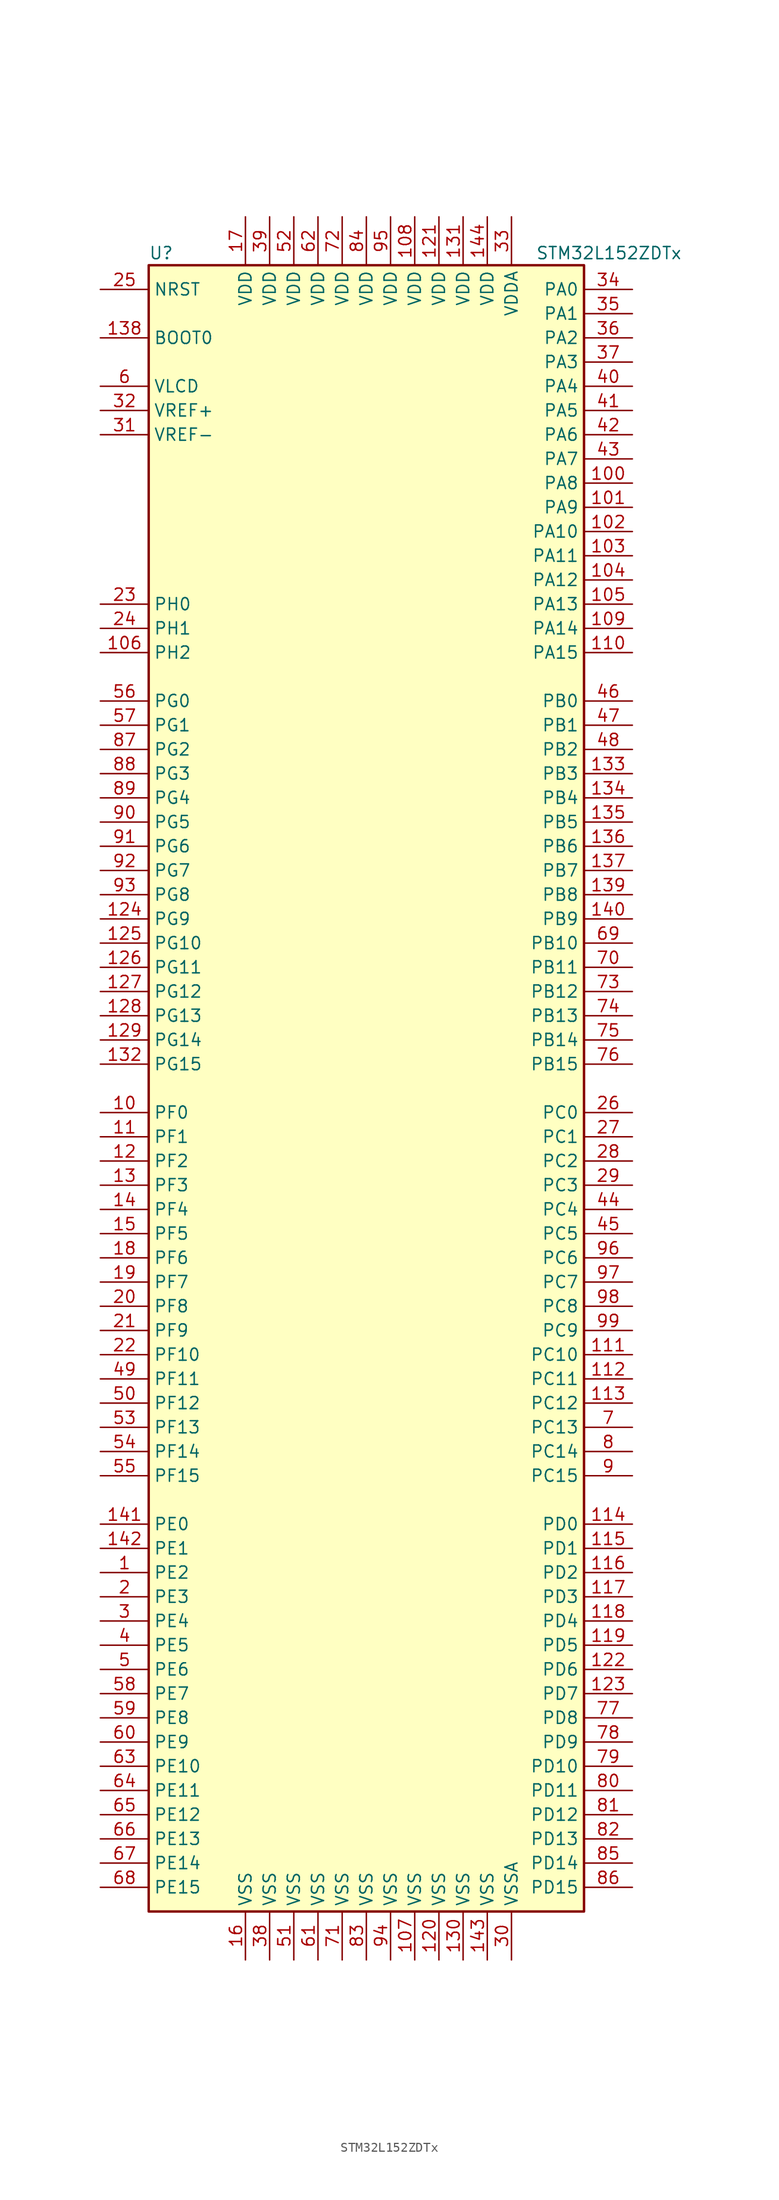
<source format=kicad_sym>
(kicad_symbol_lib
  (version 20201005)
  (generator kicad_symbol_editor)
  (symbol "MCU_ST_STM32L1:STM32L152ZDTx"
    (property "Reference" "U"
      (at -22.86 87.63 0)
      (effects (font (size 1.27 1.27)) (justify left)))
    (property "Value" "STM32L152ZDTx"
      (at 17.78 87.63 0)
      (effects (font (size 1.27 1.27)) (justify left)))
    (symbol "STM32L152ZDTx_0_1"
      (rectangle (start -22.86 -86.36) (end 22.86 86.36) (stroke (width 0.254)) (fill (type background))))
    (symbol "STM32L152ZDTx_1_1"
      (pin input line (at -27.94 78.74 0) (length 5.08) (name "BOOT0" (effects (font (size 1.27 1.27)))) (number "138" (effects (font (size 1.27 1.27)))))
      (pin input line (at -27.94 83.82 0) (length 5.08) (name "NRST" (effects (font (size 1.27 1.27)))) (number "25" (effects (font (size 1.27 1.27)))))
      (pin bidirectional line (at 27.94 83.82 180) (length 5.08) (name "PA0" (effects (font (size 1.27 1.27)))) (number "34" (effects (font (size 1.27 1.27)))))
      (pin bidirectional line (at 27.94 81.28 180) (length 5.08) (name "PA1" (effects (font (size 1.27 1.27)))) (number "35" (effects (font (size 1.27 1.27)))))
      (pin bidirectional line (at 27.94 58.42 180) (length 5.08) (name "PA10" (effects (font (size 1.27 1.27)))) (number "102" (effects (font (size 1.27 1.27)))))
      (pin bidirectional line (at 27.94 55.88 180) (length 5.08) (name "PA11" (effects (font (size 1.27 1.27)))) (number "103" (effects (font (size 1.27 1.27)))))
      (pin bidirectional line (at 27.94 53.34 180) (length 5.08) (name "PA12" (effects (font (size 1.27 1.27)))) (number "104" (effects (font (size 1.27 1.27)))))
      (pin bidirectional line (at 27.94 50.8 180) (length 5.08) (name "PA13" (effects (font (size 1.27 1.27)))) (number "105" (effects (font (size 1.27 1.27)))))
      (pin bidirectional line (at 27.94 48.26 180) (length 5.08) (name "PA14" (effects (font (size 1.27 1.27)))) (number "109" (effects (font (size 1.27 1.27)))))
      (pin bidirectional line (at 27.94 45.72 180) (length 5.08) (name "PA15" (effects (font (size 1.27 1.27)))) (number "110" (effects (font (size 1.27 1.27)))))
      (pin bidirectional line (at 27.94 78.74 180) (length 5.08) (name "PA2" (effects (font (size 1.27 1.27)))) (number "36" (effects (font (size 1.27 1.27)))))
      (pin bidirectional line (at 27.94 76.2 180) (length 5.08) (name "PA3" (effects (font (size 1.27 1.27)))) (number "37" (effects (font (size 1.27 1.27)))))
      (pin bidirectional line (at 27.94 73.66 180) (length 5.08) (name "PA4" (effects (font (size 1.27 1.27)))) (number "40" (effects (font (size 1.27 1.27)))))
      (pin bidirectional line (at 27.94 71.12 180) (length 5.08) (name "PA5" (effects (font (size 1.27 1.27)))) (number "41" (effects (font (size 1.27 1.27)))))
      (pin bidirectional line (at 27.94 68.58 180) (length 5.08) (name "PA6" (effects (font (size 1.27 1.27)))) (number "42" (effects (font (size 1.27 1.27)))))
      (pin bidirectional line (at 27.94 66.04 180) (length 5.08) (name "PA7" (effects (font (size 1.27 1.27)))) (number "43" (effects (font (size 1.27 1.27)))))
      (pin bidirectional line (at 27.94 63.5 180) (length 5.08) (name "PA8" (effects (font (size 1.27 1.27)))) (number "100" (effects (font (size 1.27 1.27)))))
      (pin bidirectional line (at 27.94 60.96 180) (length 5.08) (name "PA9" (effects (font (size 1.27 1.27)))) (number "101" (effects (font (size 1.27 1.27)))))
      (pin bidirectional line (at 27.94 40.64 180) (length 5.08) (name "PB0" (effects (font (size 1.27 1.27)))) (number "46" (effects (font (size 1.27 1.27)))))
      (pin bidirectional line (at 27.94 38.1 180) (length 5.08) (name "PB1" (effects (font (size 1.27 1.27)))) (number "47" (effects (font (size 1.27 1.27)))))
      (pin bidirectional line (at 27.94 15.24 180) (length 5.08) (name "PB10" (effects (font (size 1.27 1.27)))) (number "69" (effects (font (size 1.27 1.27)))))
      (pin bidirectional line (at 27.94 12.7 180) (length 5.08) (name "PB11" (effects (font (size 1.27 1.27)))) (number "70" (effects (font (size 1.27 1.27)))))
      (pin bidirectional line (at 27.94 10.16 180) (length 5.08) (name "PB12" (effects (font (size 1.27 1.27)))) (number "73" (effects (font (size 1.27 1.27)))))
      (pin bidirectional line (at 27.94 7.62 180) (length 5.08) (name "PB13" (effects (font (size 1.27 1.27)))) (number "74" (effects (font (size 1.27 1.27)))))
      (pin bidirectional line (at 27.94 5.08 180) (length 5.08) (name "PB14" (effects (font (size 1.27 1.27)))) (number "75" (effects (font (size 1.27 1.27)))))
      (pin bidirectional line (at 27.94 2.54 180) (length 5.08) (name "PB15" (effects (font (size 1.27 1.27)))) (number "76" (effects (font (size 1.27 1.27)))))
      (pin bidirectional line (at 27.94 35.56 180) (length 5.08) (name "PB2" (effects (font (size 1.27 1.27)))) (number "48" (effects (font (size 1.27 1.27)))))
      (pin bidirectional line (at 27.94 33.02 180) (length 5.08) (name "PB3" (effects (font (size 1.27 1.27)))) (number "133" (effects (font (size 1.27 1.27)))))
      (pin bidirectional line (at 27.94 30.48 180) (length 5.08) (name "PB4" (effects (font (size 1.27 1.27)))) (number "134" (effects (font (size 1.27 1.27)))))
      (pin bidirectional line (at 27.94 27.94 180) (length 5.08) (name "PB5" (effects (font (size 1.27 1.27)))) (number "135" (effects (font (size 1.27 1.27)))))
      (pin bidirectional line (at 27.94 25.4 180) (length 5.08) (name "PB6" (effects (font (size 1.27 1.27)))) (number "136" (effects (font (size 1.27 1.27)))))
      (pin bidirectional line (at 27.94 22.86 180) (length 5.08) (name "PB7" (effects (font (size 1.27 1.27)))) (number "137" (effects (font (size 1.27 1.27)))))
      (pin bidirectional line (at 27.94 20.32 180) (length 5.08) (name "PB8" (effects (font (size 1.27 1.27)))) (number "139" (effects (font (size 1.27 1.27)))))
      (pin bidirectional line (at 27.94 17.78 180) (length 5.08) (name "PB9" (effects (font (size 1.27 1.27)))) (number "140" (effects (font (size 1.27 1.27)))))
      (pin bidirectional line (at 27.94 -2.54 180) (length 5.08) (name "PC0" (effects (font (size 1.27 1.27)))) (number "26" (effects (font (size 1.27 1.27)))))
      (pin bidirectional line (at 27.94 -5.08 180) (length 5.08) (name "PC1" (effects (font (size 1.27 1.27)))) (number "27" (effects (font (size 1.27 1.27)))))
      (pin bidirectional line (at 27.94 -27.94 180) (length 5.08) (name "PC10" (effects (font (size 1.27 1.27)))) (number "111" (effects (font (size 1.27 1.27)))))
      (pin bidirectional line (at 27.94 -30.48 180) (length 5.08) (name "PC11" (effects (font (size 1.27 1.27)))) (number "112" (effects (font (size 1.27 1.27)))))
      (pin bidirectional line (at 27.94 -33.02 180) (length 5.08) (name "PC12" (effects (font (size 1.27 1.27)))) (number "113" (effects (font (size 1.27 1.27)))))
      (pin bidirectional line (at 27.94 -35.56 180) (length 5.08) (name "PC13" (effects (font (size 1.27 1.27)))) (number "7" (effects (font (size 1.27 1.27)))))
      (pin bidirectional line (at 27.94 -38.1 180) (length 5.08) (name "PC14" (effects (font (size 1.27 1.27)))) (number "8" (effects (font (size 1.27 1.27)))))
      (pin bidirectional line (at 27.94 -40.64 180) (length 5.08) (name "PC15" (effects (font (size 1.27 1.27)))) (number "9" (effects (font (size 1.27 1.27)))))
      (pin bidirectional line (at 27.94 -7.62 180) (length 5.08) (name "PC2" (effects (font (size 1.27 1.27)))) (number "28" (effects (font (size 1.27 1.27)))))
      (pin bidirectional line (at 27.94 -10.16 180) (length 5.08) (name "PC3" (effects (font (size 1.27 1.27)))) (number "29" (effects (font (size 1.27 1.27)))))
      (pin bidirectional line (at 27.94 -12.7 180) (length 5.08) (name "PC4" (effects (font (size 1.27 1.27)))) (number "44" (effects (font (size 1.27 1.27)))))
      (pin bidirectional line (at 27.94 -15.24 180) (length 5.08) (name "PC5" (effects (font (size 1.27 1.27)))) (number "45" (effects (font (size 1.27 1.27)))))
      (pin bidirectional line (at 27.94 -17.78 180) (length 5.08) (name "PC6" (effects (font (size 1.27 1.27)))) (number "96" (effects (font (size 1.27 1.27)))))
      (pin bidirectional line (at 27.94 -20.32 180) (length 5.08) (name "PC7" (effects (font (size 1.27 1.27)))) (number "97" (effects (font (size 1.27 1.27)))))
      (pin bidirectional line (at 27.94 -22.86 180) (length 5.08) (name "PC8" (effects (font (size 1.27 1.27)))) (number "98" (effects (font (size 1.27 1.27)))))
      (pin bidirectional line (at 27.94 -25.4 180) (length 5.08) (name "PC9" (effects (font (size 1.27 1.27)))) (number "99" (effects (font (size 1.27 1.27)))))
      (pin bidirectional line (at 27.94 -45.72 180) (length 5.08) (name "PD0" (effects (font (size 1.27 1.27)))) (number "114" (effects (font (size 1.27 1.27)))))
      (pin bidirectional line (at 27.94 -48.26 180) (length 5.08) (name "PD1" (effects (font (size 1.27 1.27)))) (number "115" (effects (font (size 1.27 1.27)))))
      (pin bidirectional line (at 27.94 -71.12 180) (length 5.08) (name "PD10" (effects (font (size 1.27 1.27)))) (number "79" (effects (font (size 1.27 1.27)))))
      (pin bidirectional line (at 27.94 -73.66 180) (length 5.08) (name "PD11" (effects (font (size 1.27 1.27)))) (number "80" (effects (font (size 1.27 1.27)))))
      (pin bidirectional line (at 27.94 -76.2 180) (length 5.08) (name "PD12" (effects (font (size 1.27 1.27)))) (number "81" (effects (font (size 1.27 1.27)))))
      (pin bidirectional line (at 27.94 -78.74 180) (length 5.08) (name "PD13" (effects (font (size 1.27 1.27)))) (number "82" (effects (font (size 1.27 1.27)))))
      (pin bidirectional line (at 27.94 -81.28 180) (length 5.08) (name "PD14" (effects (font (size 1.27 1.27)))) (number "85" (effects (font (size 1.27 1.27)))))
      (pin bidirectional line (at 27.94 -83.82 180) (length 5.08) (name "PD15" (effects (font (size 1.27 1.27)))) (number "86" (effects (font (size 1.27 1.27)))))
      (pin bidirectional line (at 27.94 -50.8 180) (length 5.08) (name "PD2" (effects (font (size 1.27 1.27)))) (number "116" (effects (font (size 1.27 1.27)))))
      (pin bidirectional line (at 27.94 -53.34 180) (length 5.08) (name "PD3" (effects (font (size 1.27 1.27)))) (number "117" (effects (font (size 1.27 1.27)))))
      (pin bidirectional line (at 27.94 -55.88 180) (length 5.08) (name "PD4" (effects (font (size 1.27 1.27)))) (number "118" (effects (font (size 1.27 1.27)))))
      (pin bidirectional line (at 27.94 -58.42 180) (length 5.08) (name "PD5" (effects (font (size 1.27 1.27)))) (number "119" (effects (font (size 1.27 1.27)))))
      (pin bidirectional line (at 27.94 -60.96 180) (length 5.08) (name "PD6" (effects (font (size 1.27 1.27)))) (number "122" (effects (font (size 1.27 1.27)))))
      (pin bidirectional line (at 27.94 -63.5 180) (length 5.08) (name "PD7" (effects (font (size 1.27 1.27)))) (number "123" (effects (font (size 1.27 1.27)))))
      (pin bidirectional line (at 27.94 -66.04 180) (length 5.08) (name "PD8" (effects (font (size 1.27 1.27)))) (number "77" (effects (font (size 1.27 1.27)))))
      (pin bidirectional line (at 27.94 -68.58 180) (length 5.08) (name "PD9" (effects (font (size 1.27 1.27)))) (number "78" (effects (font (size 1.27 1.27)))))
      (pin bidirectional line (at -27.94 -45.72 0) (length 5.08) (name "PE0" (effects (font (size 1.27 1.27)))) (number "141" (effects (font (size 1.27 1.27)))))
      (pin bidirectional line (at -27.94 -48.26 0) (length 5.08) (name "PE1" (effects (font (size 1.27 1.27)))) (number "142" (effects (font (size 1.27 1.27)))))
      (pin bidirectional line (at -27.94 -71.12 0) (length 5.08) (name "PE10" (effects (font (size 1.27 1.27)))) (number "63" (effects (font (size 1.27 1.27)))))
      (pin bidirectional line (at -27.94 -73.66 0) (length 5.08) (name "PE11" (effects (font (size 1.27 1.27)))) (number "64" (effects (font (size 1.27 1.27)))))
      (pin bidirectional line (at -27.94 -76.2 0) (length 5.08) (name "PE12" (effects (font (size 1.27 1.27)))) (number "65" (effects (font (size 1.27 1.27)))))
      (pin bidirectional line (at -27.94 -78.74 0) (length 5.08) (name "PE13" (effects (font (size 1.27 1.27)))) (number "66" (effects (font (size 1.27 1.27)))))
      (pin bidirectional line (at -27.94 -81.28 0) (length 5.08) (name "PE14" (effects (font (size 1.27 1.27)))) (number "67" (effects (font (size 1.27 1.27)))))
      (pin bidirectional line (at -27.94 -83.82 0) (length 5.08) (name "PE15" (effects (font (size 1.27 1.27)))) (number "68" (effects (font (size 1.27 1.27)))))
      (pin bidirectional line (at -27.94 -50.8 0) (length 5.08) (name "PE2" (effects (font (size 1.27 1.27)))) (number "1" (effects (font (size 1.27 1.27)))))
      (pin bidirectional line (at -27.94 -53.34 0) (length 5.08) (name "PE3" (effects (font (size 1.27 1.27)))) (number "2" (effects (font (size 1.27 1.27)))))
      (pin bidirectional line (at -27.94 -55.88 0) (length 5.08) (name "PE4" (effects (font (size 1.27 1.27)))) (number "3" (effects (font (size 1.27 1.27)))))
      (pin bidirectional line (at -27.94 -58.42 0) (length 5.08) (name "PE5" (effects (font (size 1.27 1.27)))) (number "4" (effects (font (size 1.27 1.27)))))
      (pin bidirectional line (at -27.94 -60.96 0) (length 5.08) (name "PE6" (effects (font (size 1.27 1.27)))) (number "5" (effects (font (size 1.27 1.27)))))
      (pin bidirectional line (at -27.94 -63.5 0) (length 5.08) (name "PE7" (effects (font (size 1.27 1.27)))) (number "58" (effects (font (size 1.27 1.27)))))
      (pin bidirectional line (at -27.94 -66.04 0) (length 5.08) (name "PE8" (effects (font (size 1.27 1.27)))) (number "59" (effects (font (size 1.27 1.27)))))
      (pin bidirectional line (at -27.94 -68.58 0) (length 5.08) (name "PE9" (effects (font (size 1.27 1.27)))) (number "60" (effects (font (size 1.27 1.27)))))
      (pin bidirectional line (at -27.94 -2.54 0) (length 5.08) (name "PF0" (effects (font (size 1.27 1.27)))) (number "10" (effects (font (size 1.27 1.27)))))
      (pin bidirectional line (at -27.94 -5.08 0) (length 5.08) (name "PF1" (effects (font (size 1.27 1.27)))) (number "11" (effects (font (size 1.27 1.27)))))
      (pin bidirectional line (at -27.94 -27.94 0) (length 5.08) (name "PF10" (effects (font (size 1.27 1.27)))) (number "22" (effects (font (size 1.27 1.27)))))
      (pin bidirectional line (at -27.94 -30.48 0) (length 5.08) (name "PF11" (effects (font (size 1.27 1.27)))) (number "49" (effects (font (size 1.27 1.27)))))
      (pin bidirectional line (at -27.94 -33.02 0) (length 5.08) (name "PF12" (effects (font (size 1.27 1.27)))) (number "50" (effects (font (size 1.27 1.27)))))
      (pin bidirectional line (at -27.94 -35.56 0) (length 5.08) (name "PF13" (effects (font (size 1.27 1.27)))) (number "53" (effects (font (size 1.27 1.27)))))
      (pin bidirectional line (at -27.94 -38.1 0) (length 5.08) (name "PF14" (effects (font (size 1.27 1.27)))) (number "54" (effects (font (size 1.27 1.27)))))
      (pin bidirectional line (at -27.94 -40.64 0) (length 5.08) (name "PF15" (effects (font (size 1.27 1.27)))) (number "55" (effects (font (size 1.27 1.27)))))
      (pin bidirectional line (at -27.94 -7.62 0) (length 5.08) (name "PF2" (effects (font (size 1.27 1.27)))) (number "12" (effects (font (size 1.27 1.27)))))
      (pin bidirectional line (at -27.94 -10.16 0) (length 5.08) (name "PF3" (effects (font (size 1.27 1.27)))) (number "13" (effects (font (size 1.27 1.27)))))
      (pin bidirectional line (at -27.94 -12.7 0) (length 5.08) (name "PF4" (effects (font (size 1.27 1.27)))) (number "14" (effects (font (size 1.27 1.27)))))
      (pin bidirectional line (at -27.94 -15.24 0) (length 5.08) (name "PF5" (effects (font (size 1.27 1.27)))) (number "15" (effects (font (size 1.27 1.27)))))
      (pin bidirectional line (at -27.94 -17.78 0) (length 5.08) (name "PF6" (effects (font (size 1.27 1.27)))) (number "18" (effects (font (size 1.27 1.27)))))
      (pin bidirectional line (at -27.94 -20.32 0) (length 5.08) (name "PF7" (effects (font (size 1.27 1.27)))) (number "19" (effects (font (size 1.27 1.27)))))
      (pin bidirectional line (at -27.94 -22.86 0) (length 5.08) (name "PF8" (effects (font (size 1.27 1.27)))) (number "20" (effects (font (size 1.27 1.27)))))
      (pin bidirectional line (at -27.94 -25.4 0) (length 5.08) (name "PF9" (effects (font (size 1.27 1.27)))) (number "21" (effects (font (size 1.27 1.27)))))
      (pin bidirectional line (at -27.94 40.64 0) (length 5.08) (name "PG0" (effects (font (size 1.27 1.27)))) (number "56" (effects (font (size 1.27 1.27)))))
      (pin bidirectional line (at -27.94 38.1 0) (length 5.08) (name "PG1" (effects (font (size 1.27 1.27)))) (number "57" (effects (font (size 1.27 1.27)))))
      (pin bidirectional line (at -27.94 15.24 0) (length 5.08) (name "PG10" (effects (font (size 1.27 1.27)))) (number "125" (effects (font (size 1.27 1.27)))))
      (pin bidirectional line (at -27.94 12.7 0) (length 5.08) (name "PG11" (effects (font (size 1.27 1.27)))) (number "126" (effects (font (size 1.27 1.27)))))
      (pin bidirectional line (at -27.94 10.16 0) (length 5.08) (name "PG12" (effects (font (size 1.27 1.27)))) (number "127" (effects (font (size 1.27 1.27)))))
      (pin bidirectional line (at -27.94 7.62 0) (length 5.08) (name "PG13" (effects (font (size 1.27 1.27)))) (number "128" (effects (font (size 1.27 1.27)))))
      (pin bidirectional line (at -27.94 5.08 0) (length 5.08) (name "PG14" (effects (font (size 1.27 1.27)))) (number "129" (effects (font (size 1.27 1.27)))))
      (pin bidirectional line (at -27.94 2.54 0) (length 5.08) (name "PG15" (effects (font (size 1.27 1.27)))) (number "132" (effects (font (size 1.27 1.27)))))
      (pin bidirectional line (at -27.94 35.56 0) (length 5.08) (name "PG2" (effects (font (size 1.27 1.27)))) (number "87" (effects (font (size 1.27 1.27)))))
      (pin bidirectional line (at -27.94 33.02 0) (length 5.08) (name "PG3" (effects (font (size 1.27 1.27)))) (number "88" (effects (font (size 1.27 1.27)))))
      (pin bidirectional line (at -27.94 30.48 0) (length 5.08) (name "PG4" (effects (font (size 1.27 1.27)))) (number "89" (effects (font (size 1.27 1.27)))))
      (pin bidirectional line (at -27.94 27.94 0) (length 5.08) (name "PG5" (effects (font (size 1.27 1.27)))) (number "90" (effects (font (size 1.27 1.27)))))
      (pin bidirectional line (at -27.94 25.4 0) (length 5.08) (name "PG6" (effects (font (size 1.27 1.27)))) (number "91" (effects (font (size 1.27 1.27)))))
      (pin bidirectional line (at -27.94 22.86 0) (length 5.08) (name "PG7" (effects (font (size 1.27 1.27)))) (number "92" (effects (font (size 1.27 1.27)))))
      (pin bidirectional line (at -27.94 20.32 0) (length 5.08) (name "PG8" (effects (font (size 1.27 1.27)))) (number "93" (effects (font (size 1.27 1.27)))))
      (pin bidirectional line (at -27.94 17.78 0) (length 5.08) (name "PG9" (effects (font (size 1.27 1.27)))) (number "124" (effects (font (size 1.27 1.27)))))
      (pin input line (at -27.94 50.8 0) (length 5.08) (name "PH0" (effects (font (size 1.27 1.27)))) (number "23" (effects (font (size 1.27 1.27)))))
      (pin input line (at -27.94 48.26 0) (length 5.08) (name "PH1" (effects (font (size 1.27 1.27)))) (number "24" (effects (font (size 1.27 1.27)))))
      (pin bidirectional line (at -27.94 45.72 0) (length 5.08) (name "PH2" (effects (font (size 1.27 1.27)))) (number "106" (effects (font (size 1.27 1.27)))))
      (pin power_in line (at 5.08 91.44 270) (length 5.08) (name "VDD" (effects (font (size 1.27 1.27)))) (number "108" (effects (font (size 1.27 1.27)))))
      (pin power_in line (at 7.62 91.44 270) (length 5.08) (name "VDD" (effects (font (size 1.27 1.27)))) (number "121" (effects (font (size 1.27 1.27)))))
      (pin power_in line (at 10.16 91.44 270) (length 5.08) (name "VDD" (effects (font (size 1.27 1.27)))) (number "131" (effects (font (size 1.27 1.27)))))
      (pin power_in line (at 12.7 91.44 270) (length 5.08) (name "VDD" (effects (font (size 1.27 1.27)))) (number "144" (effects (font (size 1.27 1.27)))))
      (pin power_in line (at -12.7 91.44 270) (length 5.08) (name "VDD" (effects (font (size 1.27 1.27)))) (number "17" (effects (font (size 1.27 1.27)))))
      (pin power_in line (at -10.16 91.44 270) (length 5.08) (name "VDD" (effects (font (size 1.27 1.27)))) (number "39" (effects (font (size 1.27 1.27)))))
      (pin power_in line (at -7.62 91.44 270) (length 5.08) (name "VDD" (effects (font (size 1.27 1.27)))) (number "52" (effects (font (size 1.27 1.27)))))
      (pin power_in line (at -5.08 91.44 270) (length 5.08) (name "VDD" (effects (font (size 1.27 1.27)))) (number "62" (effects (font (size 1.27 1.27)))))
      (pin power_in line (at -2.54 91.44 270) (length 5.08) (name "VDD" (effects (font (size 1.27 1.27)))) (number "72" (effects (font (size 1.27 1.27)))))
      (pin power_in line (at 0 91.44 270) (length 5.08) (name "VDD" (effects (font (size 1.27 1.27)))) (number "84" (effects (font (size 1.27 1.27)))))
      (pin power_in line (at 2.54 91.44 270) (length 5.08) (name "VDD" (effects (font (size 1.27 1.27)))) (number "95" (effects (font (size 1.27 1.27)))))
      (pin power_in line (at 15.24 91.44 270) (length 5.08) (name "VDDA" (effects (font (size 1.27 1.27)))) (number "33" (effects (font (size 1.27 1.27)))))
      (pin power_in line (at -27.94 73.66 0) (length 5.08) (name "VLCD" (effects (font (size 1.27 1.27)))) (number "6" (effects (font (size 1.27 1.27)))))
      (pin power_in line (at -27.94 71.12 0) (length 5.08) (name "VREF+" (effects (font (size 1.27 1.27)))) (number "32" (effects (font (size 1.27 1.27)))))
      (pin power_in line (at -27.94 68.58 0) (length 5.08) (name "VREF-" (effects (font (size 1.27 1.27)))) (number "31" (effects (font (size 1.27 1.27)))))
      (pin power_in line (at 5.08 -91.44 90) (length 5.08) (name "VSS" (effects (font (size 1.27 1.27)))) (number "107" (effects (font (size 1.27 1.27)))))
      (pin power_in line (at 7.62 -91.44 90) (length 5.08) (name "VSS" (effects (font (size 1.27 1.27)))) (number "120" (effects (font (size 1.27 1.27)))))
      (pin power_in line (at 10.16 -91.44 90) (length 5.08) (name "VSS" (effects (font (size 1.27 1.27)))) (number "130" (effects (font (size 1.27 1.27)))))
      (pin power_in line (at 12.7 -91.44 90) (length 5.08) (name "VSS" (effects (font (size 1.27 1.27)))) (number "143" (effects (font (size 1.27 1.27)))))
      (pin power_in line (at -12.7 -91.44 90) (length 5.08) (name "VSS" (effects (font (size 1.27 1.27)))) (number "16" (effects (font (size 1.27 1.27)))))
      (pin power_in line (at -10.16 -91.44 90) (length 5.08) (name "VSS" (effects (font (size 1.27 1.27)))) (number "38" (effects (font (size 1.27 1.27)))))
      (pin power_in line (at -7.62 -91.44 90) (length 5.08) (name "VSS" (effects (font (size 1.27 1.27)))) (number "51" (effects (font (size 1.27 1.27)))))
      (pin power_in line (at -5.08 -91.44 90) (length 5.08) (name "VSS" (effects (font (size 1.27 1.27)))) (number "61" (effects (font (size 1.27 1.27)))))
      (pin power_in line (at -2.54 -91.44 90) (length 5.08) (name "VSS" (effects (font (size 1.27 1.27)))) (number "71" (effects (font (size 1.27 1.27)))))
      (pin power_in line (at 0 -91.44 90) (length 5.08) (name "VSS" (effects (font (size 1.27 1.27)))) (number "83" (effects (font (size 1.27 1.27)))))
      (pin power_in line (at 2.54 -91.44 90) (length 5.08) (name "VSS" (effects (font (size 1.27 1.27)))) (number "94" (effects (font (size 1.27 1.27)))))
      (pin power_in line (at 15.24 -91.44 90) (length 5.08) (name "VSSA" (effects (font (size 1.27 1.27)))) (number "30" (effects (font (size 1.27 1.27))))))))
</source>
